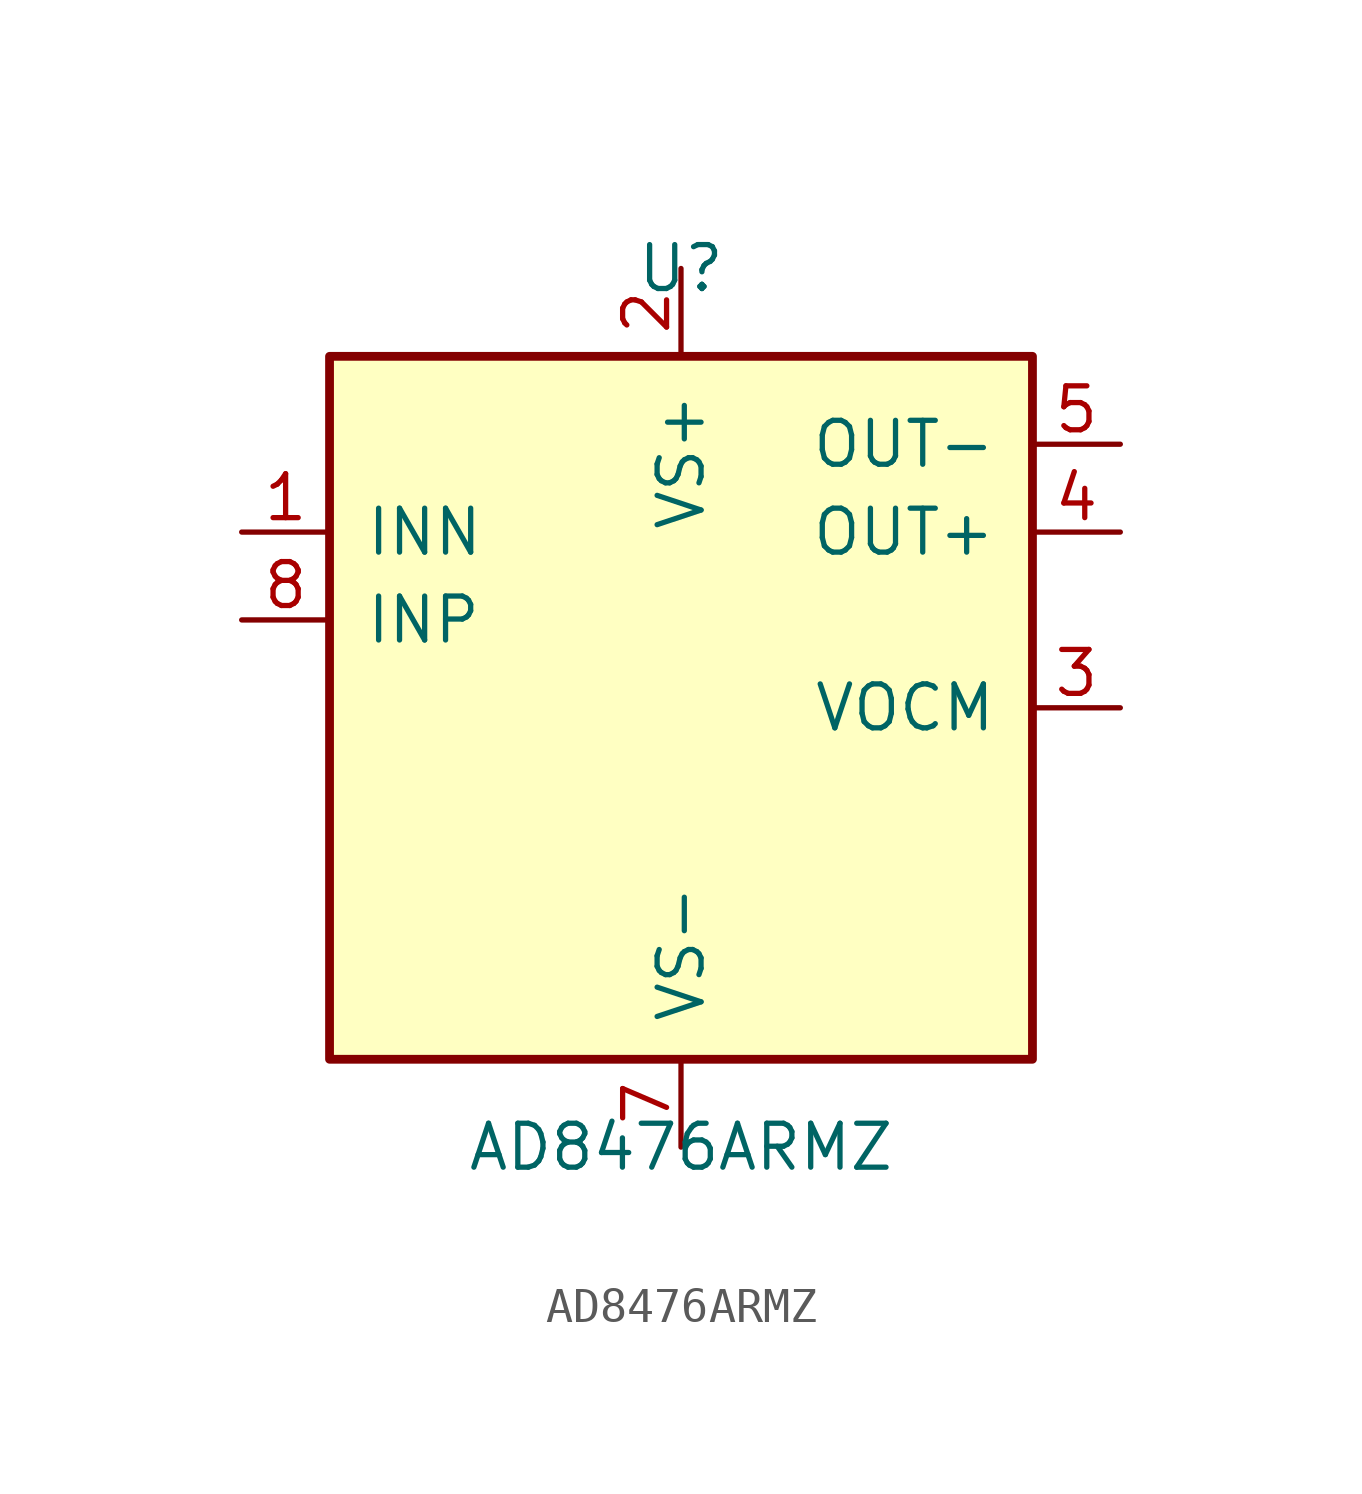
<source format=kicad_sym>
(kicad_symbol_lib
  (version 20241209)
  (generator "kicad_symbol_editor")
  (generator_version "9.0")
  (symbol "AD8476ARMZ"
    (pin_names
      (offset 1.016))
    (property "Reference" "U"
      (at 0 12.7 0)
      (effects (font (size 1.27 1.27))))
    (property "Value" "AD8476ARMZ"
      (at 0 -12.7 0)
      (effects (font (size 1.27 1.27))))
    (symbol "AD8476ARMZ_0_1"
      (rectangle (start -10.16 10.16) (end 10.16 -10.16) (stroke (width 0.254) (type default)) (fill (type background))))
    (symbol "AD8476ARMZ_1_1"
      (pin input line (at -12.7 5.08 0) (length 2.54) (name "INN" (effects (font (size 1.27 1.27)))) (number "1" (effects (font (size 1.27 1.27)))))
      (pin input line (at -12.7 2.54 0) (length 2.54) (name "INP" (effects (font (size 1.27 1.27)))) (number "8" (effects (font (size 1.27 1.27)))))
      (pin no_connect line (at -10.16 -7.62 0) (length 2.54) (hide yes) (name "NC" (effects (font (size 1.27 1.27)))) (number "6" (effects (font (size 1.27 1.27)))))
      (pin power_in line (at 0 12.7 270) (length 2.54) (name "VS+" (effects (font (size 1.27 1.27)))) (number "2" (effects (font (size 1.27 1.27)))))
      (pin power_in line (at 0 -12.7 90) (length 2.54) (name "VS-" (effects (font (size 1.27 1.27)))) (number "7" (effects (font (size 1.27 1.27)))))
      (pin output line (at 12.7 7.62 180) (length 2.54) (name "OUT-" (effects (font (size 1.27 1.27)))) (number "5" (effects (font (size 1.27 1.27)))))
      (pin output line (at 12.7 5.08 180) (length 2.54) (name "OUT+" (effects (font (size 1.27 1.27)))) (number "4" (effects (font (size 1.27 1.27)))))
      (pin output line (at 12.7 0 180) (length 2.54) (name "VOCM" (effects (font (size 1.27 1.27)))) (number "3" (effects (font (size 1.27 1.27))))))))
</source>
